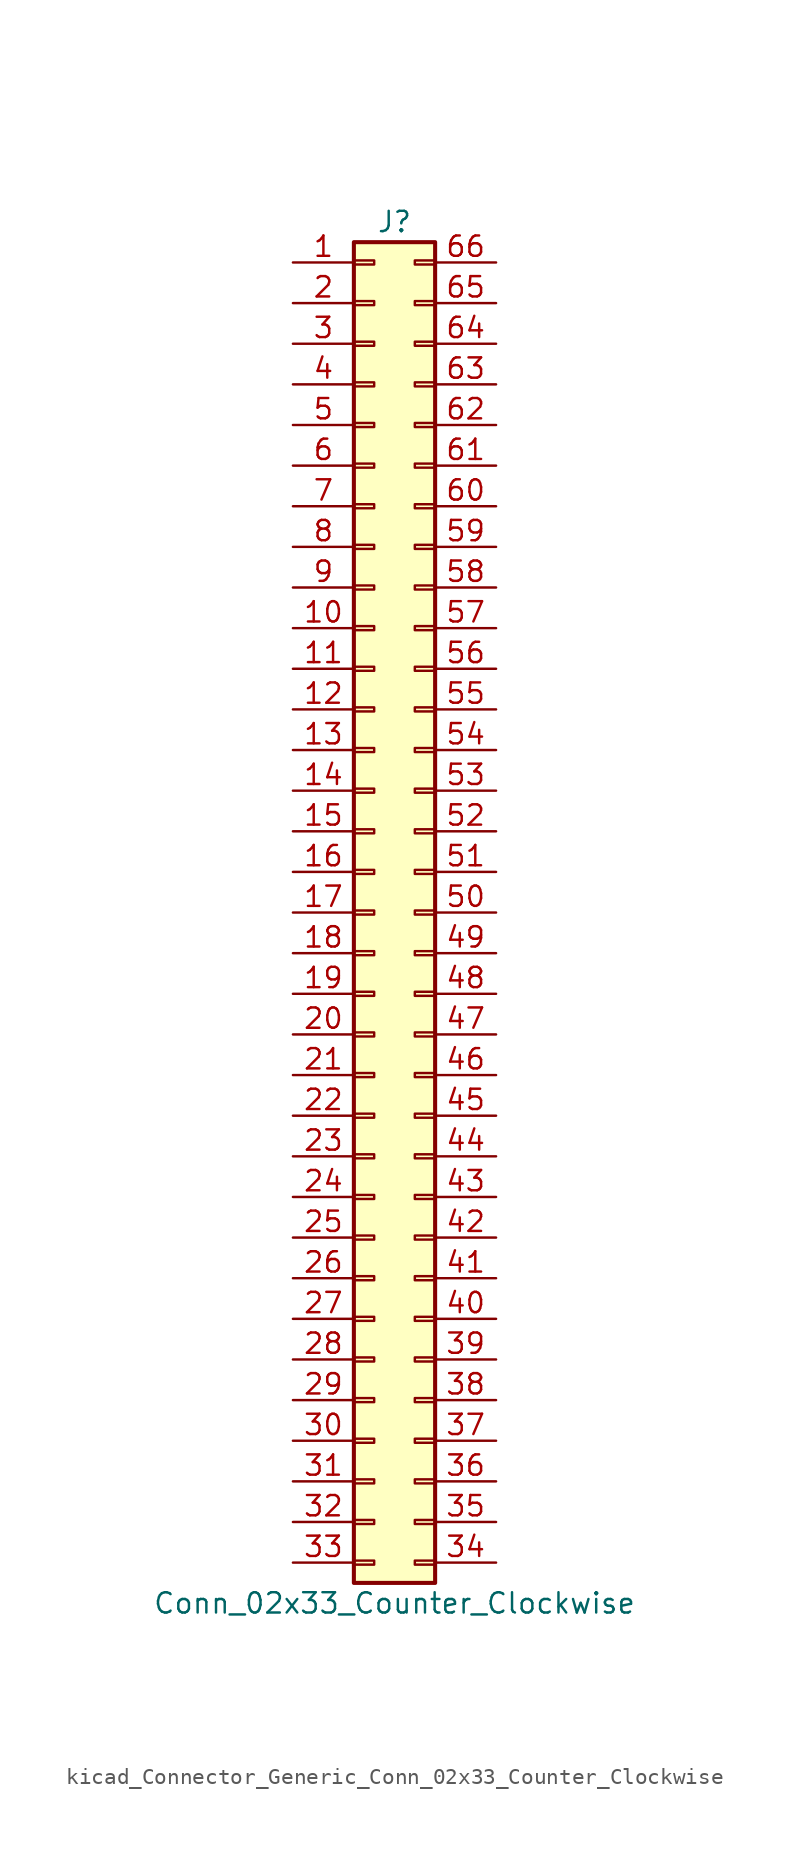
<source format=kicad_sym>
(kicad_symbol_lib
  (version 20220914)
  (generator kicad_symbol_editor)
  (symbol "kicad_Connector_Generic_Conn_02x33_Counter_Clockwise"
    (pin_names
      (offset 1.016) hide)
    (property "Reference" "J"
      (at 1.27 43.18 0)
      (effects (font (size 1.27 1.27))))
    (property "Value" "Conn_02x33_Counter_Clockwise"
      (at 1.27 -43.18 0)
      (effects (font (size 1.27 1.27))))
    (symbol "kicad_Connector_Generic_Conn_02x33_Counter_Clockwise_1_1"
      (rectangle (start -1.27 -40.513) (end 0 -40.767) (stroke (width 0.152) (type default)) (fill (type none)))
      (rectangle (start -1.27 -37.973) (end 0 -38.227) (stroke (width 0.152) (type default)) (fill (type none)))
      (rectangle (start -1.27 -35.433) (end 0 -35.687) (stroke (width 0.152) (type default)) (fill (type none)))
      (rectangle (start -1.27 -32.893) (end 0 -33.147) (stroke (width 0.152) (type default)) (fill (type none)))
      (rectangle (start -1.27 -30.353) (end 0 -30.607) (stroke (width 0.152) (type default)) (fill (type none)))
      (rectangle (start -1.27 -27.813) (end 0 -28.067) (stroke (width 0.152) (type default)) (fill (type none)))
      (rectangle (start -1.27 -25.273) (end 0 -25.527) (stroke (width 0.152) (type default)) (fill (type none)))
      (rectangle (start -1.27 -22.733) (end 0 -22.987) (stroke (width 0.152) (type default)) (fill (type none)))
      (rectangle (start -1.27 -20.193) (end 0 -20.447) (stroke (width 0.152) (type default)) (fill (type none)))
      (rectangle (start -1.27 -17.653) (end 0 -17.907) (stroke (width 0.152) (type default)) (fill (type none)))
      (rectangle (start -1.27 -15.113) (end 0 -15.367) (stroke (width 0.152) (type default)) (fill (type none)))
      (rectangle (start -1.27 -12.573) (end 0 -12.827) (stroke (width 0.152) (type default)) (fill (type none)))
      (rectangle (start -1.27 -10.033) (end 0 -10.287) (stroke (width 0.152) (type default)) (fill (type none)))
      (rectangle (start -1.27 -7.493) (end 0 -7.747) (stroke (width 0.152) (type default)) (fill (type none)))
      (rectangle (start -1.27 -4.953) (end 0 -5.207) (stroke (width 0.152) (type default)) (fill (type none)))
      (rectangle (start -1.27 -2.413) (end 0 -2.667) (stroke (width 0.152) (type default)) (fill (type none)))
      (rectangle (start -1.27 0.127) (end 0 -0.127) (stroke (width 0.152) (type default)) (fill (type none)))
      (rectangle (start -1.27 2.667) (end 0 2.413) (stroke (width 0.152) (type default)) (fill (type none)))
      (rectangle (start -1.27 5.207) (end 0 4.953) (stroke (width 0.152) (type default)) (fill (type none)))
      (rectangle (start -1.27 7.747) (end 0 7.493) (stroke (width 0.152) (type default)) (fill (type none)))
      (rectangle (start -1.27 10.287) (end 0 10.033) (stroke (width 0.152) (type default)) (fill (type none)))
      (rectangle (start -1.27 12.827) (end 0 12.573) (stroke (width 0.152) (type default)) (fill (type none)))
      (rectangle (start -1.27 15.367) (end 0 15.113) (stroke (width 0.152) (type default)) (fill (type none)))
      (rectangle (start -1.27 17.907) (end 0 17.653) (stroke (width 0.152) (type default)) (fill (type none)))
      (rectangle (start -1.27 20.447) (end 0 20.193) (stroke (width 0.152) (type default)) (fill (type none)))
      (rectangle (start -1.27 22.987) (end 0 22.733) (stroke (width 0.152) (type default)) (fill (type none)))
      (rectangle (start -1.27 25.527) (end 0 25.273) (stroke (width 0.152) (type default)) (fill (type none)))
      (rectangle (start -1.27 28.067) (end 0 27.813) (stroke (width 0.152) (type default)) (fill (type none)))
      (rectangle (start -1.27 30.607) (end 0 30.353) (stroke (width 0.152) (type default)) (fill (type none)))
      (rectangle (start -1.27 33.147) (end 0 32.893) (stroke (width 0.152) (type default)) (fill (type none)))
      (rectangle (start -1.27 35.687) (end 0 35.433) (stroke (width 0.152) (type default)) (fill (type none)))
      (rectangle (start -1.27 38.227) (end 0 37.973) (stroke (width 0.152) (type default)) (fill (type none)))
      (rectangle (start -1.27 40.767) (end 0 40.513) (stroke (width 0.152) (type default)) (fill (type none)))
      (rectangle (start -1.27 41.91) (end 3.81 -41.91) (stroke (width 0.254) (type default)) (fill (type background)))
      (rectangle (start 3.81 -40.513) (end 2.54 -40.767) (stroke (width 0.152) (type default)) (fill (type none)))
      (rectangle (start 3.81 -37.973) (end 2.54 -38.227) (stroke (width 0.152) (type default)) (fill (type none)))
      (rectangle (start 3.81 -35.433) (end 2.54 -35.687) (stroke (width 0.152) (type default)) (fill (type none)))
      (rectangle (start 3.81 -32.893) (end 2.54 -33.147) (stroke (width 0.152) (type default)) (fill (type none)))
      (rectangle (start 3.81 -30.353) (end 2.54 -30.607) (stroke (width 0.152) (type default)) (fill (type none)))
      (rectangle (start 3.81 -27.813) (end 2.54 -28.067) (stroke (width 0.152) (type default)) (fill (type none)))
      (rectangle (start 3.81 -25.273) (end 2.54 -25.527) (stroke (width 0.152) (type default)) (fill (type none)))
      (rectangle (start 3.81 -22.733) (end 2.54 -22.987) (stroke (width 0.152) (type default)) (fill (type none)))
      (rectangle (start 3.81 -20.193) (end 2.54 -20.447) (stroke (width 0.152) (type default)) (fill (type none)))
      (rectangle (start 3.81 -17.653) (end 2.54 -17.907) (stroke (width 0.152) (type default)) (fill (type none)))
      (rectangle (start 3.81 -15.113) (end 2.54 -15.367) (stroke (width 0.152) (type default)) (fill (type none)))
      (rectangle (start 3.81 -12.573) (end 2.54 -12.827) (stroke (width 0.152) (type default)) (fill (type none)))
      (rectangle (start 3.81 -10.033) (end 2.54 -10.287) (stroke (width 0.152) (type default)) (fill (type none)))
      (rectangle (start 3.81 -7.493) (end 2.54 -7.747) (stroke (width 0.152) (type default)) (fill (type none)))
      (rectangle (start 3.81 -4.953) (end 2.54 -5.207) (stroke (width 0.152) (type default)) (fill (type none)))
      (rectangle (start 3.81 -2.413) (end 2.54 -2.667) (stroke (width 0.152) (type default)) (fill (type none)))
      (rectangle (start 3.81 0.127) (end 2.54 -0.127) (stroke (width 0.152) (type default)) (fill (type none)))
      (rectangle (start 3.81 2.667) (end 2.54 2.413) (stroke (width 0.152) (type default)) (fill (type none)))
      (rectangle (start 3.81 5.207) (end 2.54 4.953) (stroke (width 0.152) (type default)) (fill (type none)))
      (rectangle (start 3.81 7.747) (end 2.54 7.493) (stroke (width 0.152) (type default)) (fill (type none)))
      (rectangle (start 3.81 10.287) (end 2.54 10.033) (stroke (width 0.152) (type default)) (fill (type none)))
      (rectangle (start 3.81 12.827) (end 2.54 12.573) (stroke (width 0.152) (type default)) (fill (type none)))
      (rectangle (start 3.81 15.367) (end 2.54 15.113) (stroke (width 0.152) (type default)) (fill (type none)))
      (rectangle (start 3.81 17.907) (end 2.54 17.653) (stroke (width 0.152) (type default)) (fill (type none)))
      (rectangle (start 3.81 20.447) (end 2.54 20.193) (stroke (width 0.152) (type default)) (fill (type none)))
      (rectangle (start 3.81 22.987) (end 2.54 22.733) (stroke (width 0.152) (type default)) (fill (type none)))
      (rectangle (start 3.81 25.527) (end 2.54 25.273) (stroke (width 0.152) (type default)) (fill (type none)))
      (rectangle (start 3.81 28.067) (end 2.54 27.813) (stroke (width 0.152) (type default)) (fill (type none)))
      (rectangle (start 3.81 30.607) (end 2.54 30.353) (stroke (width 0.152) (type default)) (fill (type none)))
      (rectangle (start 3.81 33.147) (end 2.54 32.893) (stroke (width 0.152) (type default)) (fill (type none)))
      (rectangle (start 3.81 35.687) (end 2.54 35.433) (stroke (width 0.152) (type default)) (fill (type none)))
      (rectangle (start 3.81 38.227) (end 2.54 37.973) (stroke (width 0.152) (type default)) (fill (type none)))
      (rectangle (start 3.81 40.767) (end 2.54 40.513) (stroke (width 0.152) (type default)) (fill (type none)))
      (pin passive line (at -5.08 40.64 0) (length 3.81) (name "Pin_1" (effects (font (size 1.27 1.27)))) (number "1" (effects (font (size 1.27 1.27)))))
      (pin passive line (at -5.08 17.78 0) (length 3.81) (name "Pin_10" (effects (font (size 1.27 1.27)))) (number "10" (effects (font (size 1.27 1.27)))))
      (pin passive line (at -5.08 15.24 0) (length 3.81) (name "Pin_11" (effects (font (size 1.27 1.27)))) (number "11" (effects (font (size 1.27 1.27)))))
      (pin passive line (at -5.08 12.7 0) (length 3.81) (name "Pin_12" (effects (font (size 1.27 1.27)))) (number "12" (effects (font (size 1.27 1.27)))))
      (pin passive line (at -5.08 10.16 0) (length 3.81) (name "Pin_13" (effects (font (size 1.27 1.27)))) (number "13" (effects (font (size 1.27 1.27)))))
      (pin passive line (at -5.08 7.62 0) (length 3.81) (name "Pin_14" (effects (font (size 1.27 1.27)))) (number "14" (effects (font (size 1.27 1.27)))))
      (pin passive line (at -5.08 5.08 0) (length 3.81) (name "Pin_15" (effects (font (size 1.27 1.27)))) (number "15" (effects (font (size 1.27 1.27)))))
      (pin passive line (at -5.08 2.54 0) (length 3.81) (name "Pin_16" (effects (font (size 1.27 1.27)))) (number "16" (effects (font (size 1.27 1.27)))))
      (pin passive line (at -5.08 0 0) (length 3.81) (name "Pin_17" (effects (font (size 1.27 1.27)))) (number "17" (effects (font (size 1.27 1.27)))))
      (pin passive line (at -5.08 -2.54 0) (length 3.81) (name "Pin_18" (effects (font (size 1.27 1.27)))) (number "18" (effects (font (size 1.27 1.27)))))
      (pin passive line (at -5.08 -5.08 0) (length 3.81) (name "Pin_19" (effects (font (size 1.27 1.27)))) (number "19" (effects (font (size 1.27 1.27)))))
      (pin passive line (at -5.08 38.1 0) (length 3.81) (name "Pin_2" (effects (font (size 1.27 1.27)))) (number "2" (effects (font (size 1.27 1.27)))))
      (pin passive line (at -5.08 -7.62 0) (length 3.81) (name "Pin_20" (effects (font (size 1.27 1.27)))) (number "20" (effects (font (size 1.27 1.27)))))
      (pin passive line (at -5.08 -10.16 0) (length 3.81) (name "Pin_21" (effects (font (size 1.27 1.27)))) (number "21" (effects (font (size 1.27 1.27)))))
      (pin passive line (at -5.08 -12.7 0) (length 3.81) (name "Pin_22" (effects (font (size 1.27 1.27)))) (number "22" (effects (font (size 1.27 1.27)))))
      (pin passive line (at -5.08 -15.24 0) (length 3.81) (name "Pin_23" (effects (font (size 1.27 1.27)))) (number "23" (effects (font (size 1.27 1.27)))))
      (pin passive line (at -5.08 -17.78 0) (length 3.81) (name "Pin_24" (effects (font (size 1.27 1.27)))) (number "24" (effects (font (size 1.27 1.27)))))
      (pin passive line (at -5.08 -20.32 0) (length 3.81) (name "Pin_25" (effects (font (size 1.27 1.27)))) (number "25" (effects (font (size 1.27 1.27)))))
      (pin passive line (at -5.08 -22.86 0) (length 3.81) (name "Pin_26" (effects (font (size 1.27 1.27)))) (number "26" (effects (font (size 1.27 1.27)))))
      (pin passive line (at -5.08 -25.4 0) (length 3.81) (name "Pin_27" (effects (font (size 1.27 1.27)))) (number "27" (effects (font (size 1.27 1.27)))))
      (pin passive line (at -5.08 -27.94 0) (length 3.81) (name "Pin_28" (effects (font (size 1.27 1.27)))) (number "28" (effects (font (size 1.27 1.27)))))
      (pin passive line (at -5.08 -30.48 0) (length 3.81) (name "Pin_29" (effects (font (size 1.27 1.27)))) (number "29" (effects (font (size 1.27 1.27)))))
      (pin passive line (at -5.08 35.56 0) (length 3.81) (name "Pin_3" (effects (font (size 1.27 1.27)))) (number "3" (effects (font (size 1.27 1.27)))))
      (pin passive line (at -5.08 -33.02 0) (length 3.81) (name "Pin_30" (effects (font (size 1.27 1.27)))) (number "30" (effects (font (size 1.27 1.27)))))
      (pin passive line (at -5.08 -35.56 0) (length 3.81) (name "Pin_31" (effects (font (size 1.27 1.27)))) (number "31" (effects (font (size 1.27 1.27)))))
      (pin passive line (at -5.08 -38.1 0) (length 3.81) (name "Pin_32" (effects (font (size 1.27 1.27)))) (number "32" (effects (font (size 1.27 1.27)))))
      (pin passive line (at -5.08 -40.64 0) (length 3.81) (name "Pin_33" (effects (font (size 1.27 1.27)))) (number "33" (effects (font (size 1.27 1.27)))))
      (pin passive line (at 7.62 -40.64 180) (length 3.81) (name "Pin_34" (effects (font (size 1.27 1.27)))) (number "34" (effects (font (size 1.27 1.27)))))
      (pin passive line (at 7.62 -38.1 180) (length 3.81) (name "Pin_35" (effects (font (size 1.27 1.27)))) (number "35" (effects (font (size 1.27 1.27)))))
      (pin passive line (at 7.62 -35.56 180) (length 3.81) (name "Pin_36" (effects (font (size 1.27 1.27)))) (number "36" (effects (font (size 1.27 1.27)))))
      (pin passive line (at 7.62 -33.02 180) (length 3.81) (name "Pin_37" (effects (font (size 1.27 1.27)))) (number "37" (effects (font (size 1.27 1.27)))))
      (pin passive line (at 7.62 -30.48 180) (length 3.81) (name "Pin_38" (effects (font (size 1.27 1.27)))) (number "38" (effects (font (size 1.27 1.27)))))
      (pin passive line (at 7.62 -27.94 180) (length 3.81) (name "Pin_39" (effects (font (size 1.27 1.27)))) (number "39" (effects (font (size 1.27 1.27)))))
      (pin passive line (at -5.08 33.02 0) (length 3.81) (name "Pin_4" (effects (font (size 1.27 1.27)))) (number "4" (effects (font (size 1.27 1.27)))))
      (pin passive line (at 7.62 -25.4 180) (length 3.81) (name "Pin_40" (effects (font (size 1.27 1.27)))) (number "40" (effects (font (size 1.27 1.27)))))
      (pin passive line (at 7.62 -22.86 180) (length 3.81) (name "Pin_41" (effects (font (size 1.27 1.27)))) (number "41" (effects (font (size 1.27 1.27)))))
      (pin passive line (at 7.62 -20.32 180) (length 3.81) (name "Pin_42" (effects (font (size 1.27 1.27)))) (number "42" (effects (font (size 1.27 1.27)))))
      (pin passive line (at 7.62 -17.78 180) (length 3.81) (name "Pin_43" (effects (font (size 1.27 1.27)))) (number "43" (effects (font (size 1.27 1.27)))))
      (pin passive line (at 7.62 -15.24 180) (length 3.81) (name "Pin_44" (effects (font (size 1.27 1.27)))) (number "44" (effects (font (size 1.27 1.27)))))
      (pin passive line (at 7.62 -12.7 180) (length 3.81) (name "Pin_45" (effects (font (size 1.27 1.27)))) (number "45" (effects (font (size 1.27 1.27)))))
      (pin passive line (at 7.62 -10.16 180) (length 3.81) (name "Pin_46" (effects (font (size 1.27 1.27)))) (number "46" (effects (font (size 1.27 1.27)))))
      (pin passive line (at 7.62 -7.62 180) (length 3.81) (name "Pin_47" (effects (font (size 1.27 1.27)))) (number "47" (effects (font (size 1.27 1.27)))))
      (pin passive line (at 7.62 -5.08 180) (length 3.81) (name "Pin_48" (effects (font (size 1.27 1.27)))) (number "48" (effects (font (size 1.27 1.27)))))
      (pin passive line (at 7.62 -2.54 180) (length 3.81) (name "Pin_49" (effects (font (size 1.27 1.27)))) (number "49" (effects (font (size 1.27 1.27)))))
      (pin passive line (at -5.08 30.48 0) (length 3.81) (name "Pin_5" (effects (font (size 1.27 1.27)))) (number "5" (effects (font (size 1.27 1.27)))))
      (pin passive line (at 7.62 0 180) (length 3.81) (name "Pin_50" (effects (font (size 1.27 1.27)))) (number "50" (effects (font (size 1.27 1.27)))))
      (pin passive line (at 7.62 2.54 180) (length 3.81) (name "Pin_51" (effects (font (size 1.27 1.27)))) (number "51" (effects (font (size 1.27 1.27)))))
      (pin passive line (at 7.62 5.08 180) (length 3.81) (name "Pin_52" (effects (font (size 1.27 1.27)))) (number "52" (effects (font (size 1.27 1.27)))))
      (pin passive line (at 7.62 7.62 180) (length 3.81) (name "Pin_53" (effects (font (size 1.27 1.27)))) (number "53" (effects (font (size 1.27 1.27)))))
      (pin passive line (at 7.62 10.16 180) (length 3.81) (name "Pin_54" (effects (font (size 1.27 1.27)))) (number "54" (effects (font (size 1.27 1.27)))))
      (pin passive line (at 7.62 12.7 180) (length 3.81) (name "Pin_55" (effects (font (size 1.27 1.27)))) (number "55" (effects (font (size 1.27 1.27)))))
      (pin passive line (at 7.62 15.24 180) (length 3.81) (name "Pin_56" (effects (font (size 1.27 1.27)))) (number "56" (effects (font (size 1.27 1.27)))))
      (pin passive line (at 7.62 17.78 180) (length 3.81) (name "Pin_57" (effects (font (size 1.27 1.27)))) (number "57" (effects (font (size 1.27 1.27)))))
      (pin passive line (at 7.62 20.32 180) (length 3.81) (name "Pin_58" (effects (font (size 1.27 1.27)))) (number "58" (effects (font (size 1.27 1.27)))))
      (pin passive line (at 7.62 22.86 180) (length 3.81) (name "Pin_59" (effects (font (size 1.27 1.27)))) (number "59" (effects (font (size 1.27 1.27)))))
      (pin passive line (at -5.08 27.94 0) (length 3.81) (name "Pin_6" (effects (font (size 1.27 1.27)))) (number "6" (effects (font (size 1.27 1.27)))))
      (pin passive line (at 7.62 25.4 180) (length 3.81) (name "Pin_60" (effects (font (size 1.27 1.27)))) (number "60" (effects (font (size 1.27 1.27)))))
      (pin passive line (at 7.62 27.94 180) (length 3.81) (name "Pin_61" (effects (font (size 1.27 1.27)))) (number "61" (effects (font (size 1.27 1.27)))))
      (pin passive line (at 7.62 30.48 180) (length 3.81) (name "Pin_62" (effects (font (size 1.27 1.27)))) (number "62" (effects (font (size 1.27 1.27)))))
      (pin passive line (at 7.62 33.02 180) (length 3.81) (name "Pin_63" (effects (font (size 1.27 1.27)))) (number "63" (effects (font (size 1.27 1.27)))))
      (pin passive line (at 7.62 35.56 180) (length 3.81) (name "Pin_64" (effects (font (size 1.27 1.27)))) (number "64" (effects (font (size 1.27 1.27)))))
      (pin passive line (at 7.62 38.1 180) (length 3.81) (name "Pin_65" (effects (font (size 1.27 1.27)))) (number "65" (effects (font (size 1.27 1.27)))))
      (pin passive line (at 7.62 40.64 180) (length 3.81) (name "Pin_66" (effects (font (size 1.27 1.27)))) (number "66" (effects (font (size 1.27 1.27)))))
      (pin passive line (at -5.08 25.4 0) (length 3.81) (name "Pin_7" (effects (font (size 1.27 1.27)))) (number "7" (effects (font (size 1.27 1.27)))))
      (pin passive line (at -5.08 22.86 0) (length 3.81) (name "Pin_8" (effects (font (size 1.27 1.27)))) (number "8" (effects (font (size 1.27 1.27)))))
      (pin passive line (at -5.08 20.32 0) (length 3.81) (name "Pin_9" (effects (font (size 1.27 1.27)))) (number "9" (effects (font (size 1.27 1.27))))))))
</source>
